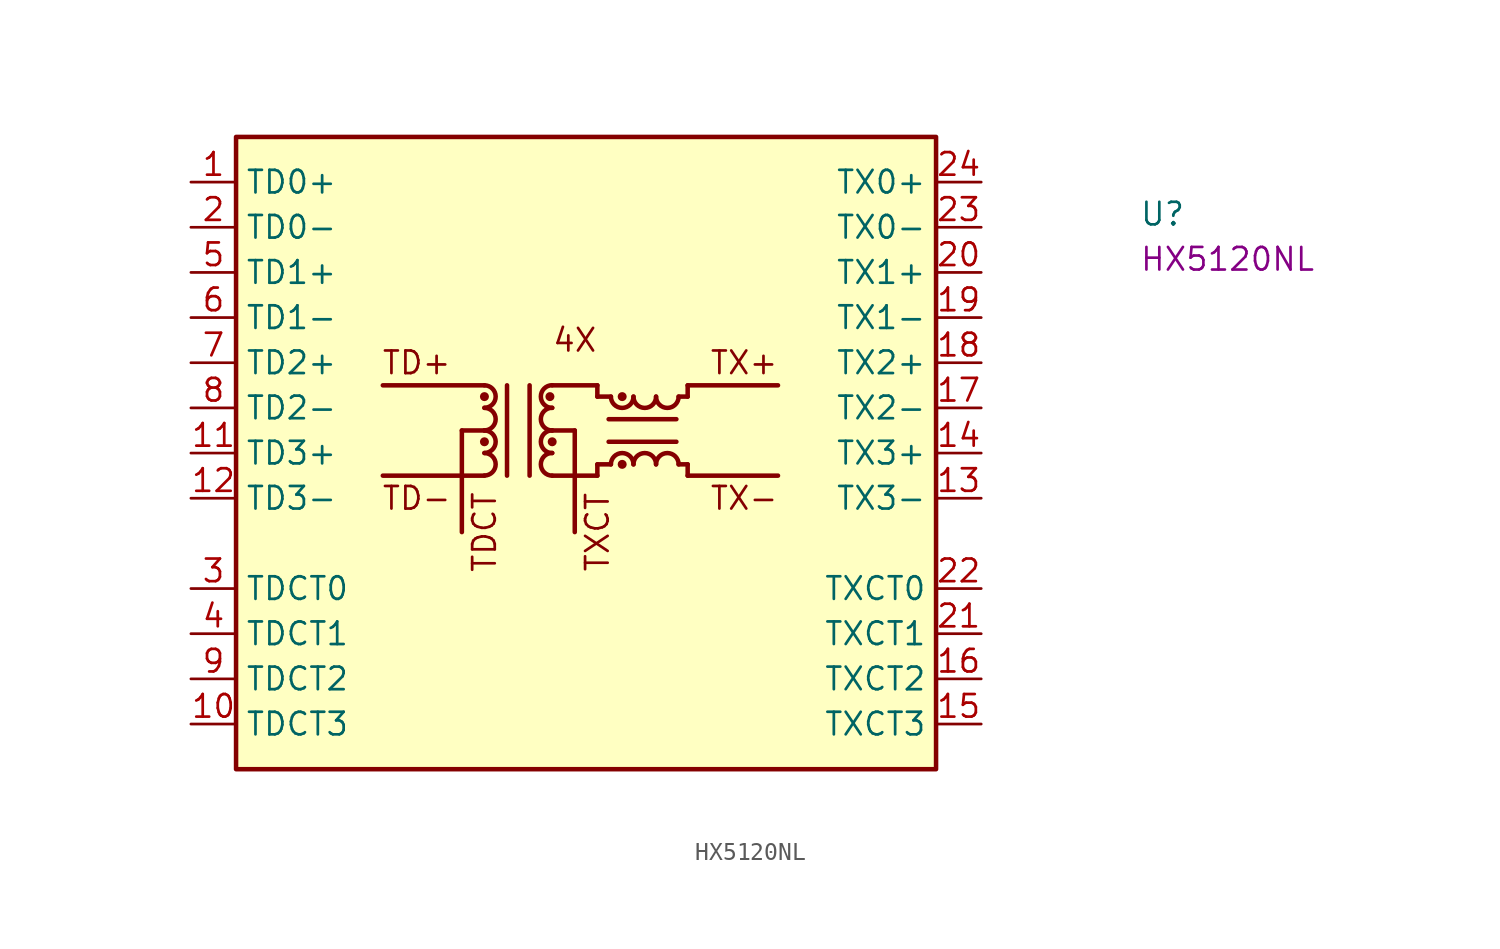
<source format=kicad_sym>
(kicad_symbol_lib
  (version 20220914)
  (generator kicad_symbol_editor)
  (symbol "HX5120NL"
    (property "Reference" "U"
      (at 53.34 -2.54 0)
      (effects (font (size 1.27 1.27) (thickness 0.15)) (justify left bottom)))
    (property "MPN" "HX5120NL"
      (at 53.34 -5.08 0)
      (effects (font (size 1.27 1.27) (thickness 0.15)) (justify left bottom)))
    (symbol "HX5120NL_0_0"
      (text "4X" (at 21.59 -8.89 0) (effects (font (size 1.27 1.27))))
      (text "TD+" (at 12.7 -10.16 0) (effects (font (size 1.27 1.27))))
      (text "TD-" (at 12.7 -17.78 0) (effects (font (size 1.27 1.27))))
      (text "TDCT" (at 16.51 -19.685 900) (effects (font (size 1.27 1.27))))
      (text "TX+" (at 31.115 -10.16 0) (effects (font (size 1.27 1.27))))
      (text "TX-" (at 31.115 -17.78 0) (effects (font (size 1.27 1.27))))
      (text "TXCT" (at 22.86 -19.685 900) (effects (font (size 1.27 1.27)))))
    (symbol "HX5120NL_1_1"
      (polyline (pts (xy 15.24 -13.97) (xy 15.24 -19.685)) (stroke (width 0.254) (type default)) (fill (type background)))
      (polyline (pts (xy 15.24 -13.97) (xy 16.51 -13.97)) (stroke (width 0.254) (type default)) (fill (type background)))
      (polyline (pts (xy 16.51 -16.51) (xy 10.795 -16.51)) (stroke (width 0.254) (type default)) (fill (type background)))
      (polyline (pts (xy 16.51 -11.43) (xy 10.795 -11.43)) (stroke (width 0.254) (type default)) (fill (type background)))
      (polyline (pts (xy 17.78 -16.51) (xy 17.78 -11.43)) (stroke (width 0.254) (type default)) (fill (type background)))
      (polyline (pts (xy 19.05 -16.51) (xy 19.05 -11.43)) (stroke (width 0.254) (type default)) (fill (type background)))
      (polyline (pts (xy 20.32 -11.43) (xy 22.86 -11.43)) (stroke (width 0.254) (type default)) (fill (type background)))
      (polyline (pts (xy 21.59 -13.97) (xy 20.32 -13.97)) (stroke (width 0.254) (type default)) (fill (type background)))
      (polyline (pts (xy 21.59 -13.97) (xy 21.59 -19.685)) (stroke (width 0.254) (type default)) (fill (type background)))
      (polyline (pts (xy 22.86 -16.51) (xy 20.32 -16.51)) (stroke (width 0.254) (type default)) (fill (type background)))
      (polyline (pts (xy 22.86 -15.875) (xy 22.86 -16.51)) (stroke (width 0.254) (type default)) (fill (type background)))
      (polyline (pts (xy 22.86 -11.43) (xy 22.86 -12.065)) (stroke (width 0.254) (type default)) (fill (type background)))
      (polyline (pts (xy 23.622 -15.875) (xy 22.86 -15.875)) (stroke (width 0.254) (type default)) (fill (type background)))
      (polyline (pts (xy 23.622 -12.065) (xy 22.86 -12.065)) (stroke (width 0.254) (type default)) (fill (type background)))
      (polyline (pts (xy 27.305 -14.605) (xy 23.495 -14.605)) (stroke (width 0.254) (type default)) (fill (type background)))
      (polyline (pts (xy 27.305 -13.335) (xy 23.495 -13.335)) (stroke (width 0.254) (type default)) (fill (type background)))
      (polyline (pts (xy 27.94 -16.51) (xy 33.02 -16.51)) (stroke (width 0.254) (type default)) (fill (type background)))
      (polyline (pts (xy 27.94 -15.875) (xy 27.432 -15.875)) (stroke (width 0.254) (type default)) (fill (type background)))
      (polyline (pts (xy 27.94 -15.875) (xy 27.94 -16.51)) (stroke (width 0.254) (type default)) (fill (type background)))
      (polyline (pts (xy 27.94 -12.065) (xy 27.432 -12.065)) (stroke (width 0.254) (type default)) (fill (type background)))
      (polyline (pts (xy 27.94 -12.065) (xy 27.94 -11.43)) (stroke (width 0.254) (type default)) (fill (type background)))
      (polyline (pts (xy 27.94 -11.43) (xy 33.02 -11.43)) (stroke (width 0.254) (type default)) (fill (type background)))
      (rectangle (start 2.54 2.54) (end 41.91 -33.02) (stroke (width 0.254) (type default)) (fill (type background)))
      (arc (start 16.51 -16.51) (mid 17.1423 -15.875) (end 16.51 -15.24) (stroke (width 0.254) (type default)) (fill (type background)))
      (arc (start 16.51 -15.24) (mid 17.1423 -14.605) (end 16.51 -13.97) (stroke (width 0.254) (type default)) (fill (type background)))
      (circle (center 16.51 -14.605) (radius 0.127) (stroke (width 0.254) (type default)) (fill (type background)))
      (arc (start 16.51 -13.97) (mid 17.1423 -13.335) (end 16.51 -12.7) (stroke (width 0.254) (type default)) (fill (type background)))
      (arc (start 16.51 -12.7) (mid 17.1423 -12.065) (end 16.51 -11.43) (stroke (width 0.254) (type default)) (fill (type background)))
      (circle (center 16.51 -12.065) (radius 0.127) (stroke (width 0.254) (type default)) (fill (type background)))
      (circle (center 20.193 -12.065) (radius 0.127) (stroke (width 0.254) (type default)) (fill (type background)))
      (arc (start 20.32 -15.24) (mid 19.6877 -15.875) (end 20.32 -16.51) (stroke (width 0.254) (type default)) (fill (type background)))
      (circle (center 20.32 -14.605) (radius 0.127) (stroke (width 0.254) (type default)) (fill (type background)))
      (arc (start 20.32 -13.97) (mid 19.6877 -14.605) (end 20.32 -15.24) (stroke (width 0.254) (type default)) (fill (type background)))
      (arc (start 20.32 -12.7) (mid 19.6877 -13.335) (end 20.32 -13.97) (stroke (width 0.254) (type default)) (fill (type background)))
      (arc (start 20.32 -11.43) (mid 19.6877 -12.065) (end 20.32 -12.7) (stroke (width 0.254) (type default)) (fill (type background)))
      (arc (start 23.622 -12.065) (mid 24.257 -12.6973) (end 24.892 -12.065) (stroke (width 0.254) (type default)) (fill (type background)))
      (circle (center 24.257 -15.875) (radius 0.127) (stroke (width 0.254) (type default)) (fill (type background)))
      (circle (center 24.257 -12.065) (radius 0.127) (stroke (width 0.254) (type default)) (fill (type background)))
      (arc (start 24.892 -15.875) (mid 24.257 -15.2427) (end 23.622 -15.875) (stroke (width 0.254) (type default)) (fill (type background)))
      (arc (start 24.892 -12.065) (mid 25.527 -12.6973) (end 26.162 -12.065) (stroke (width 0.254) (type default)) (fill (type background)))
      (arc (start 26.162 -15.875) (mid 25.527 -15.2427) (end 24.892 -15.875) (stroke (width 0.254) (type default)) (fill (type background)))
      (arc (start 26.162 -12.065) (mid 26.797 -12.6973) (end 27.432 -12.065) (stroke (width 0.254) (type default)) (fill (type background)))
      (arc (start 27.432 -15.875) (mid 26.797 -15.2427) (end 26.162 -15.875) (stroke (width 0.254) (type default)) (fill (type background)))
      (pin passive line (at 0 0 0) (length 2.54) (name "TD0+" (effects (font (size 1.27 1.27)))) (number "1" (effects (font (size 1.27 1.27)))))
      (pin passive line (at 0 -30.48 0) (length 2.54) (name "TDCT3" (effects (font (size 1.27 1.27)))) (number "10" (effects (font (size 1.27 1.27)))))
      (pin passive line (at 0 -15.24 0) (length 2.54) (name "TD3+" (effects (font (size 1.27 1.27)))) (number "11" (effects (font (size 1.27 1.27)))))
      (pin passive line (at 0 -17.78 0) (length 2.54) (name "TD3-" (effects (font (size 1.27 1.27)))) (number "12" (effects (font (size 1.27 1.27)))))
      (pin passive line (at 44.45 -17.78 180) (length 2.54) (name "TX3-" (effects (font (size 1.27 1.27)))) (number "13" (effects (font (size 1.27 1.27)))))
      (pin passive line (at 44.45 -15.24 180) (length 2.54) (name "TX3+" (effects (font (size 1.27 1.27)))) (number "14" (effects (font (size 1.27 1.27)))))
      (pin passive line (at 44.45 -30.48 180) (length 2.54) (name "TXCT3" (effects (font (size 1.27 1.27)))) (number "15" (effects (font (size 1.27 1.27)))))
      (pin passive line (at 44.45 -27.94 180) (length 2.54) (name "TXCT2" (effects (font (size 1.27 1.27)))) (number "16" (effects (font (size 1.27 1.27)))))
      (pin passive line (at 44.45 -12.7 180) (length 2.54) (name "TX2-" (effects (font (size 1.27 1.27)))) (number "17" (effects (font (size 1.27 1.27)))))
      (pin passive line (at 44.45 -10.16 180) (length 2.54) (name "TX2+" (effects (font (size 1.27 1.27)))) (number "18" (effects (font (size 1.27 1.27)))))
      (pin passive line (at 44.45 -7.62 180) (length 2.54) (name "TX1-" (effects (font (size 1.27 1.27)))) (number "19" (effects (font (size 1.27 1.27)))))
      (pin passive line (at 0 -2.54 0) (length 2.54) (name "TD0-" (effects (font (size 1.27 1.27)))) (number "2" (effects (font (size 1.27 1.27)))))
      (pin passive line (at 44.45 -5.08 180) (length 2.54) (name "TX1+" (effects (font (size 1.27 1.27)))) (number "20" (effects (font (size 1.27 1.27)))))
      (pin passive line (at 44.45 -25.4 180) (length 2.54) (name "TXCT1" (effects (font (size 1.27 1.27)))) (number "21" (effects (font (size 1.27 1.27)))))
      (pin passive line (at 44.45 -22.86 180) (length 2.54) (name "TXCT0" (effects (font (size 1.27 1.27)))) (number "22" (effects (font (size 1.27 1.27)))))
      (pin passive line (at 44.45 -2.54 180) (length 2.54) (name "TX0-" (effects (font (size 1.27 1.27)))) (number "23" (effects (font (size 1.27 1.27)))))
      (pin passive line (at 44.45 0 180) (length 2.54) (name "TX0+" (effects (font (size 1.27 1.27)))) (number "24" (effects (font (size 1.27 1.27)))))
      (pin passive line (at 0 -22.86 0) (length 2.54) (name "TDCT0" (effects (font (size 1.27 1.27)))) (number "3" (effects (font (size 1.27 1.27)))))
      (pin passive line (at 0 -25.4 0) (length 2.54) (name "TDCT1" (effects (font (size 1.27 1.27)))) (number "4" (effects (font (size 1.27 1.27)))))
      (pin passive line (at 0 -5.08 0) (length 2.54) (name "TD1+" (effects (font (size 1.27 1.27)))) (number "5" (effects (font (size 1.27 1.27)))))
      (pin passive line (at 0 -7.62 0) (length 2.54) (name "TD1-" (effects (font (size 1.27 1.27)))) (number "6" (effects (font (size 1.27 1.27)))))
      (pin passive line (at 0 -10.16 0) (length 2.54) (name "TD2+" (effects (font (size 1.27 1.27)))) (number "7" (effects (font (size 1.27 1.27)))))
      (pin passive line (at 0 -12.7 0) (length 2.54) (name "TD2-" (effects (font (size 1.27 1.27)))) (number "8" (effects (font (size 1.27 1.27)))))
      (pin passive line (at 0 -27.94 0) (length 2.54) (name "TDCT2" (effects (font (size 1.27 1.27)))) (number "9" (effects (font (size 1.27 1.27))))))))
</source>
